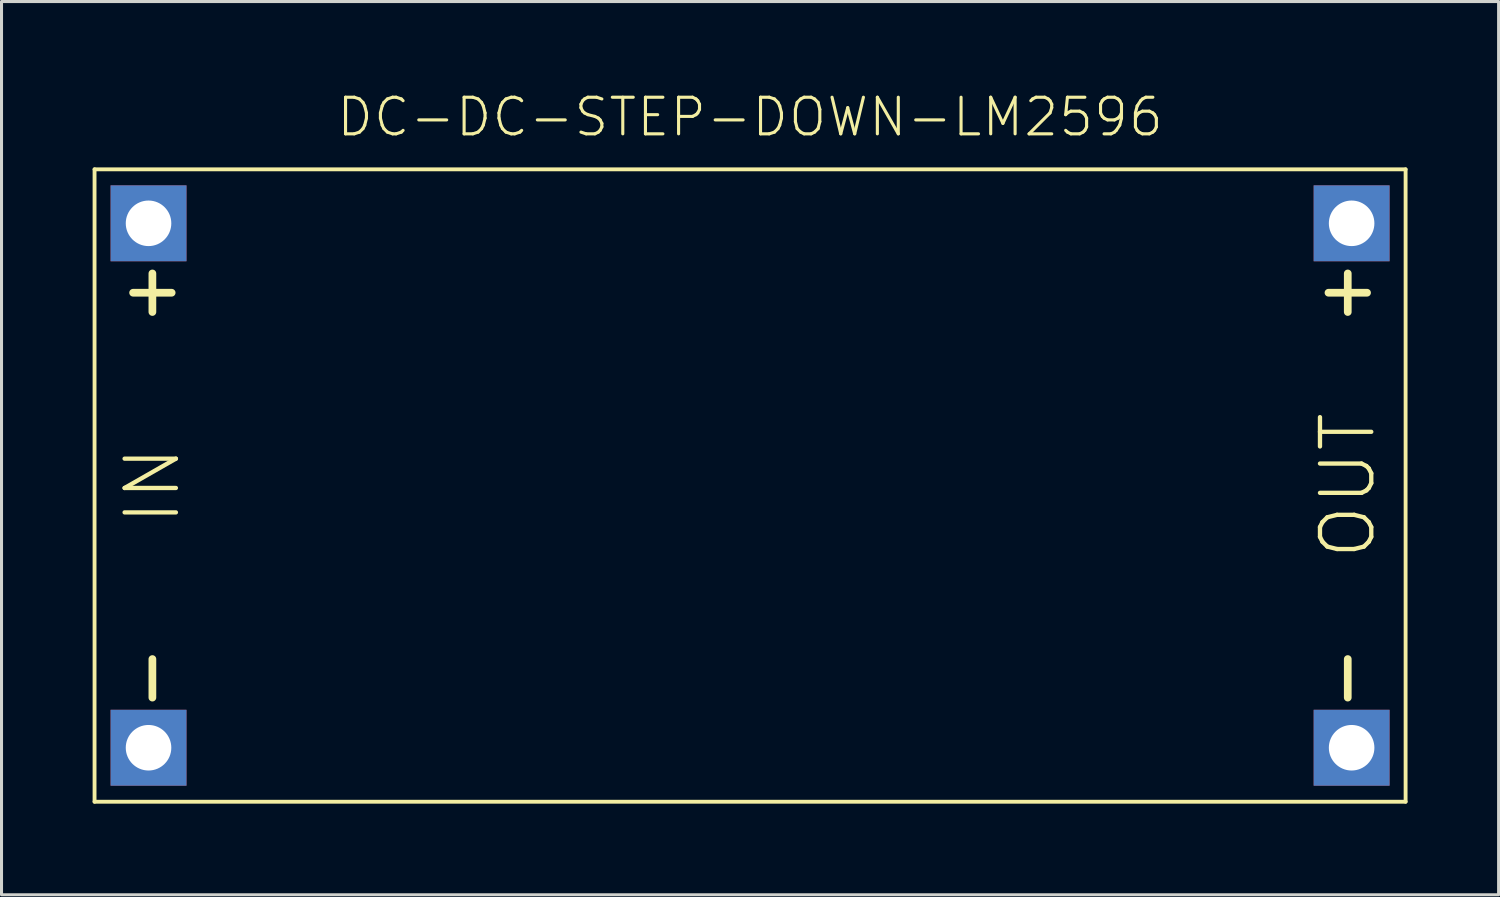
<source format=kicad_pcb>
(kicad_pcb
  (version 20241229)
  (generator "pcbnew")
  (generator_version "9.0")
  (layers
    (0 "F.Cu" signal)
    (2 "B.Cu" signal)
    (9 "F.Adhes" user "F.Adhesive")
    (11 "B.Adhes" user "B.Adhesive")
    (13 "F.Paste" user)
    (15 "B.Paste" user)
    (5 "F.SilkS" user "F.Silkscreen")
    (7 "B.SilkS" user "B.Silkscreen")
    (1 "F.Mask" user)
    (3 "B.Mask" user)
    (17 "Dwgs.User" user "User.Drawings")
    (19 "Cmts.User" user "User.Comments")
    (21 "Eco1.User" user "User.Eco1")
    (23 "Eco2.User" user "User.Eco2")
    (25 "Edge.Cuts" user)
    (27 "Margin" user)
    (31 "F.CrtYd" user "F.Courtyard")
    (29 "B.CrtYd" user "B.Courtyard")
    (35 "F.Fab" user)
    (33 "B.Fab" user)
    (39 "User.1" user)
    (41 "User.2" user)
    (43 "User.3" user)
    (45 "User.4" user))
  (footprint "DC-DC-STEP-DOWN-LM2596"
    (layer "F.Cu")
    (at 21.654 12.941)
    (property "Reference" "DC-DC-STEP-DOWN-LM2596" (at 0 -11.43 0) (layer "F.SilkS") (effects (font (size 1.206 1.206) (thickness 0.102)) (justify bottom)))
    (attr through_hole)
    (fp_line (start -21.59 -10.414) (end 21.59 -10.414) (stroke (width 0.127) (type solid)) (layer "F.SilkS"))
    (fp_line (start -21.59 10.414) (end -21.59 -10.414) (stroke (width 0.127) (type solid)) (layer "F.SilkS"))
    (fp_line (start -20.32 -6.35) (end -19.05 -6.35) (stroke (width 0.254) (type solid)) (layer "F.SilkS"))
    (fp_line (start -19.685 -6.985) (end -19.685 -5.715) (stroke (width 0.254) (type solid)) (layer "F.SilkS"))
    (fp_line (start -19.685 6.985) (end -19.685 5.715) (stroke (width 0.254) (type solid)) (layer "F.SilkS"))
    (fp_line (start 19.05 -6.35) (end 20.32 -6.35) (stroke (width 0.254) (type solid)) (layer "F.SilkS"))
    (fp_line (start 19.685 -6.985) (end 19.685 -5.715) (stroke (width 0.254) (type solid)) (layer "F.SilkS"))
    (fp_line (start 19.685 6.985) (end 19.685 5.715) (stroke (width 0.254) (type solid)) (layer "F.SilkS"))
    (fp_line (start 21.59 -10.414) (end 21.59 10.414) (stroke (width 0.127) (type solid)) (layer "F.SilkS"))
    (fp_line (start 21.59 10.414) (end -21.59 10.414) (stroke (width 0.127) (type solid)) (layer "F.SilkS"))
    (fp_text user "IN" (at -19.685 0 90) (layer "F.SilkS") (effects (font (size 1.689 1.689) (thickness 0.142))))
    (fp_text user "OUT" (at 19.685 0 90) (layer "F.SilkS") (effects (font (size 1.689 1.689) (thickness 0.142))))
    (pad "IN+" thru_hole rect (at -19.812 -8.636) (size 2.5 2.5) (drill 1.5) (layers "*.Cu" "*.Mask"))
    (pad "IN-" thru_hole rect (at -19.812 8.636) (size 2.5 2.5) (drill 1.5) (layers "*.Cu" "*.Mask"))
    (pad "OUT+" thru_hole rect (at 19.812 -8.636) (size 2.5 2.5) (drill 1.5) (layers "*.Cu" "*.Mask"))
    (pad "OUT-" thru_hole rect (at 19.812 8.636) (size 2.5 2.5) (drill 1.5) (layers "*.Cu" "*.Mask")))
  (gr_rect
    (start -3 -3)
    (end 46.307 26.419)
    (stroke (width 0.1) (type default))
    (fill no)
    (layer "Edge.Cuts")))
</source>
